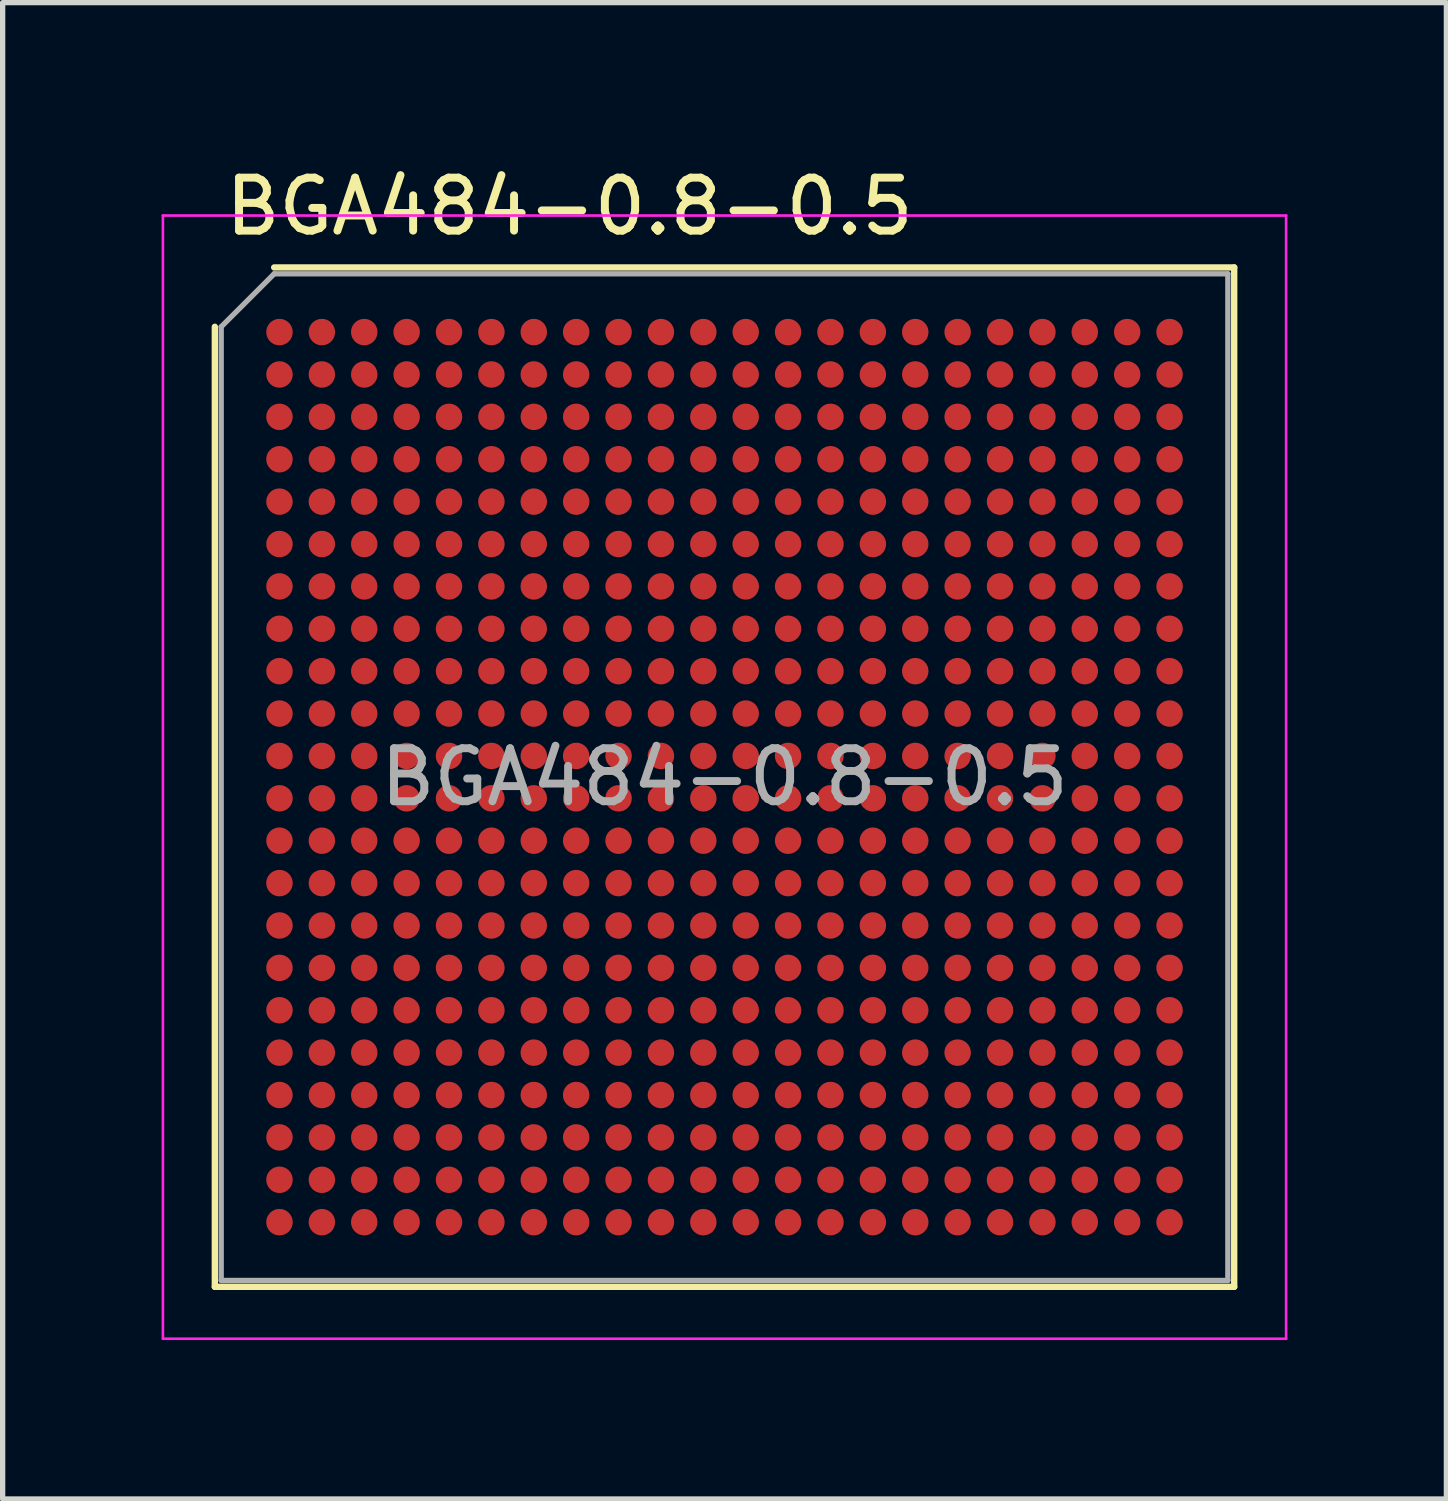
<source format=kicad_pcb>
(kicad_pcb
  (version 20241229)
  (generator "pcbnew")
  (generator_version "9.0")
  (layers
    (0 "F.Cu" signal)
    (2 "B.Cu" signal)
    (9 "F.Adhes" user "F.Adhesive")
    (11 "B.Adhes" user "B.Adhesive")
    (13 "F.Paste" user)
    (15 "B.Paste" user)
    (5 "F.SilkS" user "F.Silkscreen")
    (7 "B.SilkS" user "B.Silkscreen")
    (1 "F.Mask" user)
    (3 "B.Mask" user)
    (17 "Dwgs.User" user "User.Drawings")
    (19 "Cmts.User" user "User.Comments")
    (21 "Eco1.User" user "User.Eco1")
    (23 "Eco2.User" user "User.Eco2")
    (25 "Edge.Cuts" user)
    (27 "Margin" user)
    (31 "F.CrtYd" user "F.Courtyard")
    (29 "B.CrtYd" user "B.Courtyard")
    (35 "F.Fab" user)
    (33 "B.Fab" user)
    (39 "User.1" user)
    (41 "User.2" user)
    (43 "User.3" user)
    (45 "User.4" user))
  (footprint "BGA484-0.8-0.5"
    (layer "F.Cu")
    (at 10.625 11.618)
    (property "Reference" "BGA484-0.8-0.5" (at -9.5 -10.77 0) (layer "F.SilkS") (effects (font (size 1 1) (thickness 0.15)) (justify left)))
    (attr smd)
    (fp_line (start -9.62 -8.5) (end -9.62 9.62) (stroke (width 0.12) (type solid)) (layer "F.SilkS"))
    (fp_line (start -8.5 -9.62) (end 9.62 -9.62) (stroke (width 0.12) (type solid)) (layer "F.SilkS"))
    (fp_line (start 9.62 9.62) (end -9.62 9.62) (stroke (width 0.12) (type solid)) (layer "F.SilkS"))
    (fp_line (start 9.62 9.62) (end 9.62 -9.62) (stroke (width 0.12) (type solid)) (layer "F.SilkS"))
    (fp_line (start -10.6 -10.6) (end -10.6 10.6) (stroke (width 0.05) (type solid)) (layer "F.CrtYd"))
    (fp_line (start -10.6 -10.6) (end 10.6 -10.6) (stroke (width 0.05) (type solid)) (layer "F.CrtYd"))
    (fp_line (start 10.6 10.6) (end -10.6 10.6) (stroke (width 0.05) (type solid)) (layer "F.CrtYd"))
    (fp_line (start 10.6 10.6) (end 10.6 -10.6) (stroke (width 0.05) (type solid)) (layer "F.CrtYd"))
    (fp_line (start -9.5 -8.5) (end -9.5 9.5) (stroke (width 0.1) (type solid)) (layer "F.Fab"))
    (fp_line (start -8.5 -9.5) (end -9.5 -8.5) (stroke (width 0.1) (type solid)) (layer "F.Fab"))
    (fp_line (start -8.5 -9.5) (end 9.5 -9.5) (stroke (width 0.1) (type solid)) (layer "F.Fab"))
    (fp_line (start 9.5 9.5) (end -9.5 9.5) (stroke (width 0.1) (type solid)) (layer "F.Fab"))
    (fp_line (start 9.5 9.5) (end 9.5 -9.5) (stroke (width 0.1) (type solid)) (layer "F.Fab"))
    (fp_text user "${REFERENCE}" (at 0 0 0) (layer "F.Fab") (effects (font (size 1 1) (thickness 0.15))))
    (pad "A1" smd circle (at -8.4 -8.4) (size 0.5 0.5) (layers "F.Cu" "F.Mask" "F.Paste"))
    (pad "A2" smd circle (at -7.6 -8.4) (size 0.5 0.5) (layers "F.Cu" "F.Mask" "F.Paste"))
    (pad "A3" smd circle (at -6.8 -8.4) (size 0.5 0.5) (layers "F.Cu" "F.Mask" "F.Paste"))
    (pad "A4" smd circle (at -6 -8.4) (size 0.5 0.5) (layers "F.Cu" "F.Mask" "F.Paste"))
    (pad "A5" smd circle (at -5.2 -8.4) (size 0.5 0.5) (layers "F.Cu" "F.Mask" "F.Paste"))
    (pad "A6" smd circle (at -4.4 -8.4) (size 0.5 0.5) (layers "F.Cu" "F.Mask" "F.Paste"))
    (pad "A7" smd circle (at -3.6 -8.4) (size 0.5 0.5) (layers "F.Cu" "F.Mask" "F.Paste"))
    (pad "A8" smd circle (at -2.8 -8.4) (size 0.5 0.5) (layers "F.Cu" "F.Mask" "F.Paste"))
    (pad "A9" smd circle (at -2 -8.4) (size 0.5 0.5) (layers "F.Cu" "F.Mask" "F.Paste"))
    (pad "A10" smd circle (at -1.2 -8.4) (size 0.5 0.5) (layers "F.Cu" "F.Mask" "F.Paste"))
    (pad "A11" smd circle (at -0.4 -8.4) (size 0.5 0.5) (layers "F.Cu" "F.Mask" "F.Paste"))
    (pad "A12" smd circle (at 0.4 -8.4) (size 0.5 0.5) (layers "F.Cu" "F.Mask" "F.Paste"))
    (pad "A13" smd circle (at 1.2 -8.4) (size 0.5 0.5) (layers "F.Cu" "F.Mask" "F.Paste"))
    (pad "A14" smd circle (at 2 -8.4) (size 0.5 0.5) (layers "F.Cu" "F.Mask" "F.Paste"))
    (pad "A15" smd circle (at 2.8 -8.4) (size 0.5 0.5) (layers "F.Cu" "F.Mask" "F.Paste"))
    (pad "A16" smd circle (at 3.6 -8.4) (size 0.5 0.5) (layers "F.Cu" "F.Mask" "F.Paste"))
    (pad "A17" smd circle (at 4.4 -8.4) (size 0.5 0.5) (layers "F.Cu" "F.Mask" "F.Paste"))
    (pad "A18" smd circle (at 5.2 -8.4) (size 0.5 0.5) (layers "F.Cu" "F.Mask" "F.Paste"))
    (pad "A19" smd circle (at 6 -8.4) (size 0.5 0.5) (layers "F.Cu" "F.Mask" "F.Paste"))
    (pad "A20" smd circle (at 6.8 -8.4) (size 0.5 0.5) (layers "F.Cu" "F.Mask" "F.Paste"))
    (pad "A21" smd circle (at 7.6 -8.4) (size 0.5 0.5) (layers "F.Cu" "F.Mask" "F.Paste"))
    (pad "A22" smd circle (at 8.4 -8.4) (size 0.5 0.5) (layers "F.Cu" "F.Mask" "F.Paste"))
    (pad "AA1" smd circle (at -8.4 7.6) (size 0.5 0.5) (layers "F.Cu" "F.Mask" "F.Paste"))
    (pad "AA2" smd circle (at -7.6 7.6) (size 0.5 0.5) (layers "F.Cu" "F.Mask" "F.Paste"))
    (pad "AA3" smd circle (at -6.8 7.6) (size 0.5 0.5) (layers "F.Cu" "F.Mask" "F.Paste"))
    (pad "AA4" smd circle (at -6 7.6) (size 0.5 0.5) (layers "F.Cu" "F.Mask" "F.Paste"))
    (pad "AA5" smd circle (at -5.2 7.6) (size 0.5 0.5) (layers "F.Cu" "F.Mask" "F.Paste"))
    (pad "AA6" smd circle (at -4.4 7.6) (size 0.5 0.5) (layers "F.Cu" "F.Mask" "F.Paste"))
    (pad "AA7" smd circle (at -3.6 7.6) (size 0.5 0.5) (layers "F.Cu" "F.Mask" "F.Paste"))
    (pad "AA8" smd circle (at -2.8 7.6) (size 0.5 0.5) (layers "F.Cu" "F.Mask" "F.Paste"))
    (pad "AA9" smd circle (at -2 7.6) (size 0.5 0.5) (layers "F.Cu" "F.Mask" "F.Paste"))
    (pad "AA10" smd circle (at -1.2 7.6) (size 0.5 0.5) (layers "F.Cu" "F.Mask" "F.Paste"))
    (pad "AA11" smd circle (at -0.4 7.6) (size 0.5 0.5) (layers "F.Cu" "F.Mask" "F.Paste"))
    (pad "AA12" smd circle (at 0.4 7.6) (size 0.5 0.5) (layers "F.Cu" "F.Mask" "F.Paste"))
    (pad "AA13" smd circle (at 1.2 7.6) (size 0.5 0.5) (layers "F.Cu" "F.Mask" "F.Paste"))
    (pad "AA14" smd circle (at 2 7.6) (size 0.5 0.5) (layers "F.Cu" "F.Mask" "F.Paste"))
    (pad "AA15" smd circle (at 2.8 7.6) (size 0.5 0.5) (layers "F.Cu" "F.Mask" "F.Paste"))
    (pad "AA16" smd circle (at 3.6 7.6) (size 0.5 0.5) (layers "F.Cu" "F.Mask" "F.Paste"))
    (pad "AA17" smd circle (at 4.4 7.6) (size 0.5 0.5) (layers "F.Cu" "F.Mask" "F.Paste"))
    (pad "AA18" smd circle (at 5.2 7.6) (size 0.5 0.5) (layers "F.Cu" "F.Mask" "F.Paste"))
    (pad "AA19" smd circle (at 6 7.6) (size 0.5 0.5) (layers "F.Cu" "F.Mask" "F.Paste"))
    (pad "AA20" smd circle (at 6.8 7.6) (size 0.5 0.5) (layers "F.Cu" "F.Mask" "F.Paste"))
    (pad "AA21" smd circle (at 7.6 7.6) (size 0.5 0.5) (layers "F.Cu" "F.Mask" "F.Paste"))
    (pad "AA22" smd circle (at 8.4 7.6) (size 0.5 0.5) (layers "F.Cu" "F.Mask" "F.Paste"))
    (pad "AB1" smd circle (at -8.4 8.4) (size 0.5 0.5) (layers "F.Cu" "F.Mask" "F.Paste"))
    (pad "AB2" smd circle (at -7.6 8.4) (size 0.5 0.5) (layers "F.Cu" "F.Mask" "F.Paste"))
    (pad "AB3" smd circle (at -6.8 8.4) (size 0.5 0.5) (layers "F.Cu" "F.Mask" "F.Paste"))
    (pad "AB4" smd circle (at -6 8.4) (size 0.5 0.5) (layers "F.Cu" "F.Mask" "F.Paste"))
    (pad "AB5" smd circle (at -5.2 8.4) (size 0.5 0.5) (layers "F.Cu" "F.Mask" "F.Paste"))
    (pad "AB6" smd circle (at -4.4 8.4) (size 0.5 0.5) (layers "F.Cu" "F.Mask" "F.Paste"))
    (pad "AB7" smd circle (at -3.6 8.4) (size 0.5 0.5) (layers "F.Cu" "F.Mask" "F.Paste"))
    (pad "AB8" smd circle (at -2.8 8.4) (size 0.5 0.5) (layers "F.Cu" "F.Mask" "F.Paste"))
    (pad "AB9" smd circle (at -2 8.4) (size 0.5 0.5) (layers "F.Cu" "F.Mask" "F.Paste"))
    (pad "AB10" smd circle (at -1.2 8.4) (size 0.5 0.5) (layers "F.Cu" "F.Mask" "F.Paste"))
    (pad "AB11" smd circle (at -0.4 8.4) (size 0.5 0.5) (layers "F.Cu" "F.Mask" "F.Paste"))
    (pad "AB12" smd circle (at 0.4 8.4) (size 0.5 0.5) (layers "F.Cu" "F.Mask" "F.Paste"))
    (pad "AB13" smd circle (at 1.2 8.4) (size 0.5 0.5) (layers "F.Cu" "F.Mask" "F.Paste"))
    (pad "AB14" smd circle (at 2 8.4) (size 0.5 0.5) (layers "F.Cu" "F.Mask" "F.Paste"))
    (pad "AB15" smd circle (at 2.8 8.4) (size 0.5 0.5) (layers "F.Cu" "F.Mask" "F.Paste"))
    (pad "AB16" smd circle (at 3.6 8.4) (size 0.5 0.5) (layers "F.Cu" "F.Mask" "F.Paste"))
    (pad "AB17" smd circle (at 4.4 8.4) (size 0.5 0.5) (layers "F.Cu" "F.Mask" "F.Paste"))
    (pad "AB18" smd circle (at 5.2 8.4) (size 0.5 0.5) (layers "F.Cu" "F.Mask" "F.Paste"))
    (pad "AB19" smd circle (at 6 8.4) (size 0.5 0.5) (layers "F.Cu" "F.Mask" "F.Paste"))
    (pad "AB20" smd circle (at 6.8 8.4) (size 0.5 0.5) (layers "F.Cu" "F.Mask" "F.Paste"))
    (pad "AB21" smd circle (at 7.6 8.4) (size 0.5 0.5) (layers "F.Cu" "F.Mask" "F.Paste"))
    (pad "AB22" smd circle (at 8.4 8.4) (size 0.5 0.5) (layers "F.Cu" "F.Mask" "F.Paste"))
    (pad "B1" smd circle (at -8.4 -7.6) (size 0.5 0.5) (layers "F.Cu" "F.Mask" "F.Paste"))
    (pad "B2" smd circle (at -7.6 -7.6) (size 0.5 0.5) (layers "F.Cu" "F.Mask" "F.Paste"))
    (pad "B3" smd circle (at -6.8 -7.6) (size 0.5 0.5) (layers "F.Cu" "F.Mask" "F.Paste"))
    (pad "B4" smd circle (at -6 -7.6) (size 0.5 0.5) (layers "F.Cu" "F.Mask" "F.Paste"))
    (pad "B5" smd circle (at -5.2 -7.6) (size 0.5 0.5) (layers "F.Cu" "F.Mask" "F.Paste"))
    (pad "B6" smd circle (at -4.4 -7.6) (size 0.5 0.5) (layers "F.Cu" "F.Mask" "F.Paste"))
    (pad "B7" smd circle (at -3.6 -7.6) (size 0.5 0.5) (layers "F.Cu" "F.Mask" "F.Paste"))
    (pad "B8" smd circle (at -2.8 -7.6) (size 0.5 0.5) (layers "F.Cu" "F.Mask" "F.Paste"))
    (pad "B9" smd circle (at -2 -7.6) (size 0.5 0.5) (layers "F.Cu" "F.Mask" "F.Paste"))
    (pad "B10" smd circle (at -1.2 -7.6) (size 0.5 0.5) (layers "F.Cu" "F.Mask" "F.Paste"))
    (pad "B11" smd circle (at -0.4 -7.6) (size 0.5 0.5) (layers "F.Cu" "F.Mask" "F.Paste"))
    (pad "B12" smd circle (at 0.4 -7.6) (size 0.5 0.5) (layers "F.Cu" "F.Mask" "F.Paste"))
    (pad "B13" smd circle (at 1.2 -7.6) (size 0.5 0.5) (layers "F.Cu" "F.Mask" "F.Paste"))
    (pad "B14" smd circle (at 2 -7.6) (size 0.5 0.5) (layers "F.Cu" "F.Mask" "F.Paste"))
    (pad "B15" smd circle (at 2.8 -7.6) (size 0.5 0.5) (layers "F.Cu" "F.Mask" "F.Paste"))
    (pad "B16" smd circle (at 3.6 -7.6) (size 0.5 0.5) (layers "F.Cu" "F.Mask" "F.Paste"))
    (pad "B17" smd circle (at 4.4 -7.6) (size 0.5 0.5) (layers "F.Cu" "F.Mask" "F.Paste"))
    (pad "B18" smd circle (at 5.2 -7.6) (size 0.5 0.5) (layers "F.Cu" "F.Mask" "F.Paste"))
    (pad "B19" smd circle (at 6 -7.6) (size 0.5 0.5) (layers "F.Cu" "F.Mask" "F.Paste"))
    (pad "B20" smd circle (at 6.8 -7.6) (size 0.5 0.5) (layers "F.Cu" "F.Mask" "F.Paste"))
    (pad "B21" smd circle (at 7.6 -7.6) (size 0.5 0.5) (layers "F.Cu" "F.Mask" "F.Paste"))
    (pad "B22" smd circle (at 8.4 -7.6) (size 0.5 0.5) (layers "F.Cu" "F.Mask" "F.Paste"))
    (pad "C1" smd circle (at -8.4 -6.8) (size 0.5 0.5) (layers "F.Cu" "F.Mask" "F.Paste"))
    (pad "C2" smd circle (at -7.6 -6.8) (size 0.5 0.5) (layers "F.Cu" "F.Mask" "F.Paste"))
    (pad "C3" smd circle (at -6.8 -6.8) (size 0.5 0.5) (layers "F.Cu" "F.Mask" "F.Paste"))
    (pad "C4" smd circle (at -6 -6.8) (size 0.5 0.5) (layers "F.Cu" "F.Mask" "F.Paste"))
    (pad "C5" smd circle (at -5.2 -6.8) (size 0.5 0.5) (layers "F.Cu" "F.Mask" "F.Paste"))
    (pad "C6" smd circle (at -4.4 -6.8) (size 0.5 0.5) (layers "F.Cu" "F.Mask" "F.Paste"))
    (pad "C7" smd circle (at -3.6 -6.8) (size 0.5 0.5) (layers "F.Cu" "F.Mask" "F.Paste"))
    (pad "C8" smd circle (at -2.8 -6.8) (size 0.5 0.5) (layers "F.Cu" "F.Mask" "F.Paste"))
    (pad "C9" smd circle (at -2 -6.8) (size 0.5 0.5) (layers "F.Cu" "F.Mask" "F.Paste"))
    (pad "C10" smd circle (at -1.2 -6.8) (size 0.5 0.5) (layers "F.Cu" "F.Mask" "F.Paste"))
    (pad "C11" smd circle (at -0.4 -6.8) (size 0.5 0.5) (layers "F.Cu" "F.Mask" "F.Paste"))
    (pad "C12" smd circle (at 0.4 -6.8) (size 0.5 0.5) (layers "F.Cu" "F.Mask" "F.Paste"))
    (pad "C13" smd circle (at 1.2 -6.8) (size 0.5 0.5) (layers "F.Cu" "F.Mask" "F.Paste"))
    (pad "C14" smd circle (at 2 -6.8) (size 0.5 0.5) (layers "F.Cu" "F.Mask" "F.Paste"))
    (pad "C15" smd circle (at 2.8 -6.8) (size 0.5 0.5) (layers "F.Cu" "F.Mask" "F.Paste"))
    (pad "C16" smd circle (at 3.6 -6.8) (size 0.5 0.5) (layers "F.Cu" "F.Mask" "F.Paste"))
    (pad "C17" smd circle (at 4.4 -6.8) (size 0.5 0.5) (layers "F.Cu" "F.Mask" "F.Paste"))
    (pad "C18" smd circle (at 5.2 -6.8) (size 0.5 0.5) (layers "F.Cu" "F.Mask" "F.Paste"))
    (pad "C19" smd circle (at 6 -6.8) (size 0.5 0.5) (layers "F.Cu" "F.Mask" "F.Paste"))
    (pad "C20" smd circle (at 6.8 -6.8) (size 0.5 0.5) (layers "F.Cu" "F.Mask" "F.Paste"))
    (pad "C21" smd circle (at 7.6 -6.8) (size 0.5 0.5) (layers "F.Cu" "F.Mask" "F.Paste"))
    (pad "C22" smd circle (at 8.4 -6.8) (size 0.5 0.5) (layers "F.Cu" "F.Mask" "F.Paste"))
    (pad "D1" smd circle (at -8.4 -6) (size 0.5 0.5) (layers "F.Cu" "F.Mask" "F.Paste"))
    (pad "D2" smd circle (at -7.6 -6) (size 0.5 0.5) (layers "F.Cu" "F.Mask" "F.Paste"))
    (pad "D3" smd circle (at -6.8 -6) (size 0.5 0.5) (layers "F.Cu" "F.Mask" "F.Paste"))
    (pad "D4" smd circle (at -6 -6) (size 0.5 0.5) (layers "F.Cu" "F.Mask" "F.Paste"))
    (pad "D5" smd circle (at -5.2 -6) (size 0.5 0.5) (layers "F.Cu" "F.Mask" "F.Paste"))
    (pad "D6" smd circle (at -4.4 -6) (size 0.5 0.5) (layers "F.Cu" "F.Mask" "F.Paste"))
    (pad "D7" smd circle (at -3.6 -6) (size 0.5 0.5) (layers "F.Cu" "F.Mask" "F.Paste"))
    (pad "D8" smd circle (at -2.8 -6) (size 0.5 0.5) (layers "F.Cu" "F.Mask" "F.Paste"))
    (pad "D9" smd circle (at -2 -6) (size 0.5 0.5) (layers "F.Cu" "F.Mask" "F.Paste"))
    (pad "D10" smd circle (at -1.2 -6) (size 0.5 0.5) (layers "F.Cu" "F.Mask" "F.Paste"))
    (pad "D11" smd circle (at -0.4 -6) (size 0.5 0.5) (layers "F.Cu" "F.Mask" "F.Paste"))
    (pad "D12" smd circle (at 0.4 -6) (size 0.5 0.5) (layers "F.Cu" "F.Mask" "F.Paste"))
    (pad "D13" smd circle (at 1.2 -6) (size 0.5 0.5) (layers "F.Cu" "F.Mask" "F.Paste"))
    (pad "D14" smd circle (at 2 -6) (size 0.5 0.5) (layers "F.Cu" "F.Mask" "F.Paste"))
    (pad "D15" smd circle (at 2.8 -6) (size 0.5 0.5) (layers "F.Cu" "F.Mask" "F.Paste"))
    (pad "D16" smd circle (at 3.6 -6) (size 0.5 0.5) (layers "F.Cu" "F.Mask" "F.Paste"))
    (pad "D17" smd circle (at 4.4 -6) (size 0.5 0.5) (layers "F.Cu" "F.Mask" "F.Paste"))
    (pad "D18" smd circle (at 5.2 -6) (size 0.5 0.5) (layers "F.Cu" "F.Mask" "F.Paste"))
    (pad "D19" smd circle (at 6 -6) (size 0.5 0.5) (layers "F.Cu" "F.Mask" "F.Paste"))
    (pad "D20" smd circle (at 6.8 -6) (size 0.5 0.5) (layers "F.Cu" "F.Mask" "F.Paste"))
    (pad "D21" smd circle (at 7.6 -6) (size 0.5 0.5) (layers "F.Cu" "F.Mask" "F.Paste"))
    (pad "D22" smd circle (at 8.4 -6) (size 0.5 0.5) (layers "F.Cu" "F.Mask" "F.Paste"))
    (pad "E1" smd circle (at -8.4 -5.2) (size 0.5 0.5) (layers "F.Cu" "F.Mask" "F.Paste"))
    (pad "E2" smd circle (at -7.6 -5.2) (size 0.5 0.5) (layers "F.Cu" "F.Mask" "F.Paste"))
    (pad "E3" smd circle (at -6.8 -5.2) (size 0.5 0.5) (layers "F.Cu" "F.Mask" "F.Paste"))
    (pad "E4" smd circle (at -6 -5.2) (size 0.5 0.5) (layers "F.Cu" "F.Mask" "F.Paste"))
    (pad "E5" smd circle (at -5.2 -5.2) (size 0.5 0.5) (layers "F.Cu" "F.Mask" "F.Paste"))
    (pad "E6" smd circle (at -4.4 -5.2) (size 0.5 0.5) (layers "F.Cu" "F.Mask" "F.Paste"))
    (pad "E7" smd circle (at -3.6 -5.2) (size 0.5 0.5) (layers "F.Cu" "F.Mask" "F.Paste"))
    (pad "E8" smd circle (at -2.8 -5.2) (size 0.5 0.5) (layers "F.Cu" "F.Mask" "F.Paste"))
    (pad "E9" smd circle (at -2 -5.2) (size 0.5 0.5) (layers "F.Cu" "F.Mask" "F.Paste"))
    (pad "E10" smd circle (at -1.2 -5.2) (size 0.5 0.5) (layers "F.Cu" "F.Mask" "F.Paste"))
    (pad "E11" smd circle (at -0.4 -5.2) (size 0.5 0.5) (layers "F.Cu" "F.Mask" "F.Paste"))
    (pad "E12" smd circle (at 0.4 -5.2) (size 0.5 0.5) (layers "F.Cu" "F.Mask" "F.Paste"))
    (pad "E13" smd circle (at 1.2 -5.2) (size 0.5 0.5) (layers "F.Cu" "F.Mask" "F.Paste"))
    (pad "E14" smd circle (at 2 -5.2) (size 0.5 0.5) (layers "F.Cu" "F.Mask" "F.Paste"))
    (pad "E15" smd circle (at 2.8 -5.2) (size 0.5 0.5) (layers "F.Cu" "F.Mask" "F.Paste"))
    (pad "E16" smd circle (at 3.6 -5.2) (size 0.5 0.5) (layers "F.Cu" "F.Mask" "F.Paste"))
    (pad "E17" smd circle (at 4.4 -5.2) (size 0.5 0.5) (layers "F.Cu" "F.Mask" "F.Paste"))
    (pad "E18" smd circle (at 5.2 -5.2) (size 0.5 0.5) (layers "F.Cu" "F.Mask" "F.Paste"))
    (pad "E19" smd circle (at 6 -5.2) (size 0.5 0.5) (layers "F.Cu" "F.Mask" "F.Paste"))
    (pad "E20" smd circle (at 6.8 -5.2) (size 0.5 0.5) (layers "F.Cu" "F.Mask" "F.Paste"))
    (pad "E21" smd circle (at 7.6 -5.2) (size 0.5 0.5) (layers "F.Cu" "F.Mask" "F.Paste"))
    (pad "E22" smd circle (at 8.4 -5.2) (size 0.5 0.5) (layers "F.Cu" "F.Mask" "F.Paste"))
    (pad "F1" smd circle (at -8.4 -4.4) (size 0.5 0.5) (layers "F.Cu" "F.Mask" "F.Paste"))
    (pad "F2" smd circle (at -7.6 -4.4) (size 0.5 0.5) (layers "F.Cu" "F.Mask" "F.Paste"))
    (pad "F3" smd circle (at -6.8 -4.4) (size 0.5 0.5) (layers "F.Cu" "F.Mask" "F.Paste"))
    (pad "F4" smd circle (at -6 -4.4) (size 0.5 0.5) (layers "F.Cu" "F.Mask" "F.Paste"))
    (pad "F5" smd circle (at -5.2 -4.4) (size 0.5 0.5) (layers "F.Cu" "F.Mask" "F.Paste"))
    (pad "F6" smd circle (at -4.4 -4.4) (size 0.5 0.5) (layers "F.Cu" "F.Mask" "F.Paste"))
    (pad "F7" smd circle (at -3.6 -4.4) (size 0.5 0.5) (layers "F.Cu" "F.Mask" "F.Paste"))
    (pad "F8" smd circle (at -2.8 -4.4) (size 0.5 0.5) (layers "F.Cu" "F.Mask" "F.Paste"))
    (pad "F9" smd circle (at -2 -4.4) (size 0.5 0.5) (layers "F.Cu" "F.Mask" "F.Paste"))
    (pad "F10" smd circle (at -1.2 -4.4) (size 0.5 0.5) (layers "F.Cu" "F.Mask" "F.Paste"))
    (pad "F11" smd circle (at -0.4 -4.4) (size 0.5 0.5) (layers "F.Cu" "F.Mask" "F.Paste"))
    (pad "F12" smd circle (at 0.4 -4.4) (size 0.5 0.5) (layers "F.Cu" "F.Mask" "F.Paste"))
    (pad "F13" smd circle (at 1.2 -4.4) (size 0.5 0.5) (layers "F.Cu" "F.Mask" "F.Paste"))
    (pad "F14" smd circle (at 2 -4.4) (size 0.5 0.5) (layers "F.Cu" "F.Mask" "F.Paste"))
    (pad "F15" smd circle (at 2.8 -4.4) (size 0.5 0.5) (layers "F.Cu" "F.Mask" "F.Paste"))
    (pad "F16" smd circle (at 3.6 -4.4) (size 0.5 0.5) (layers "F.Cu" "F.Mask" "F.Paste"))
    (pad "F17" smd circle (at 4.4 -4.4) (size 0.5 0.5) (layers "F.Cu" "F.Mask" "F.Paste"))
    (pad "F18" smd circle (at 5.2 -4.4) (size 0.5 0.5) (layers "F.Cu" "F.Mask" "F.Paste"))
    (pad "F19" smd circle (at 6 -4.4) (size 0.5 0.5) (layers "F.Cu" "F.Mask" "F.Paste"))
    (pad "F20" smd circle (at 6.8 -4.4) (size 0.5 0.5) (layers "F.Cu" "F.Mask" "F.Paste"))
    (pad "F21" smd circle (at 7.6 -4.4) (size 0.5 0.5) (layers "F.Cu" "F.Mask" "F.Paste"))
    (pad "F22" smd circle (at 8.4 -4.4) (size 0.5 0.5) (layers "F.Cu" "F.Mask" "F.Paste"))
    (pad "G1" smd circle (at -8.4 -3.6) (size 0.5 0.5) (layers "F.Cu" "F.Mask" "F.Paste"))
    (pad "G2" smd circle (at -7.6 -3.6) (size 0.5 0.5) (layers "F.Cu" "F.Mask" "F.Paste"))
    (pad "G3" smd circle (at -6.8 -3.6) (size 0.5 0.5) (layers "F.Cu" "F.Mask" "F.Paste"))
    (pad "G4" smd circle (at -6 -3.6) (size 0.5 0.5) (layers "F.Cu" "F.Mask" "F.Paste"))
    (pad "G5" smd circle (at -5.2 -3.6) (size 0.5 0.5) (layers "F.Cu" "F.Mask" "F.Paste"))
    (pad "G6" smd circle (at -4.4 -3.6) (size 0.5 0.5) (layers "F.Cu" "F.Mask" "F.Paste"))
    (pad "G7" smd circle (at -3.6 -3.6) (size 0.5 0.5) (layers "F.Cu" "F.Mask" "F.Paste"))
    (pad "G8" smd circle (at -2.8 -3.6) (size 0.5 0.5) (layers "F.Cu" "F.Mask" "F.Paste"))
    (pad "G9" smd circle (at -2 -3.6) (size 0.5 0.5) (layers "F.Cu" "F.Mask" "F.Paste"))
    (pad "G10" smd circle (at -1.2 -3.6) (size 0.5 0.5) (layers "F.Cu" "F.Mask" "F.Paste"))
    (pad "G11" smd circle (at -0.4 -3.6) (size 0.5 0.5) (layers "F.Cu" "F.Mask" "F.Paste"))
    (pad "G12" smd circle (at 0.4 -3.6) (size 0.5 0.5) (layers "F.Cu" "F.Mask" "F.Paste"))
    (pad "G13" smd circle (at 1.2 -3.6) (size 0.5 0.5) (layers "F.Cu" "F.Mask" "F.Paste"))
    (pad "G14" smd circle (at 2 -3.6) (size 0.5 0.5) (layers "F.Cu" "F.Mask" "F.Paste"))
    (pad "G15" smd circle (at 2.8 -3.6) (size 0.5 0.5) (layers "F.Cu" "F.Mask" "F.Paste"))
    (pad "G16" smd circle (at 3.6 -3.6) (size 0.5 0.5) (layers "F.Cu" "F.Mask" "F.Paste"))
    (pad "G17" smd circle (at 4.4 -3.6) (size 0.5 0.5) (layers "F.Cu" "F.Mask" "F.Paste"))
    (pad "G18" smd circle (at 5.2 -3.6) (size 0.5 0.5) (layers "F.Cu" "F.Mask" "F.Paste"))
    (pad "G19" smd circle (at 6 -3.6) (size 0.5 0.5) (layers "F.Cu" "F.Mask" "F.Paste"))
    (pad "G20" smd circle (at 6.8 -3.6) (size 0.5 0.5) (layers "F.Cu" "F.Mask" "F.Paste"))
    (pad "G21" smd circle (at 7.6 -3.6) (size 0.5 0.5) (layers "F.Cu" "F.Mask" "F.Paste"))
    (pad "G22" smd circle (at 8.4 -3.6) (size 0.5 0.5) (layers "F.Cu" "F.Mask" "F.Paste"))
    (pad "H1" smd circle (at -8.4 -2.8) (size 0.5 0.5) (layers "F.Cu" "F.Mask" "F.Paste"))
    (pad "H2" smd circle (at -7.6 -2.8) (size 0.5 0.5) (layers "F.Cu" "F.Mask" "F.Paste"))
    (pad "H3" smd circle (at -6.8 -2.8) (size 0.5 0.5) (layers "F.Cu" "F.Mask" "F.Paste"))
    (pad "H4" smd circle (at -6 -2.8) (size 0.5 0.5) (layers "F.Cu" "F.Mask" "F.Paste"))
    (pad "H5" smd circle (at -5.2 -2.8) (size 0.5 0.5) (layers "F.Cu" "F.Mask" "F.Paste"))
    (pad "H6" smd circle (at -4.4 -2.8) (size 0.5 0.5) (layers "F.Cu" "F.Mask" "F.Paste"))
    (pad "H7" smd circle (at -3.6 -2.8) (size 0.5 0.5) (layers "F.Cu" "F.Mask" "F.Paste"))
    (pad "H8" smd circle (at -2.8 -2.8) (size 0.5 0.5) (layers "F.Cu" "F.Mask" "F.Paste"))
    (pad "H9" smd circle (at -2 -2.8) (size 0.5 0.5) (layers "F.Cu" "F.Mask" "F.Paste"))
    (pad "H10" smd circle (at -1.2 -2.8) (size 0.5 0.5) (layers "F.Cu" "F.Mask" "F.Paste"))
    (pad "H11" smd circle (at -0.4 -2.8) (size 0.5 0.5) (layers "F.Cu" "F.Mask" "F.Paste"))
    (pad "H12" smd circle (at 0.4 -2.8) (size 0.5 0.5) (layers "F.Cu" "F.Mask" "F.Paste"))
    (pad "H13" smd circle (at 1.2 -2.8) (size 0.5 0.5) (layers "F.Cu" "F.Mask" "F.Paste"))
    (pad "H14" smd circle (at 2 -2.8) (size 0.5 0.5) (layers "F.Cu" "F.Mask" "F.Paste"))
    (pad "H15" smd circle (at 2.8 -2.8) (size 0.5 0.5) (layers "F.Cu" "F.Mask" "F.Paste"))
    (pad "H16" smd circle (at 3.6 -2.8) (size 0.5 0.5) (layers "F.Cu" "F.Mask" "F.Paste"))
    (pad "H17" smd circle (at 4.4 -2.8) (size 0.5 0.5) (layers "F.Cu" "F.Mask" "F.Paste"))
    (pad "H18" smd circle (at 5.2 -2.8) (size 0.5 0.5) (layers "F.Cu" "F.Mask" "F.Paste"))
    (pad "H19" smd circle (at 6 -2.8) (size 0.5 0.5) (layers "F.Cu" "F.Mask" "F.Paste"))
    (pad "H20" smd circle (at 6.8 -2.8) (size 0.5 0.5) (layers "F.Cu" "F.Mask" "F.Paste"))
    (pad "H21" smd circle (at 7.6 -2.8) (size 0.5 0.5) (layers "F.Cu" "F.Mask" "F.Paste"))
    (pad "H22" smd circle (at 8.4 -2.8) (size 0.5 0.5) (layers "F.Cu" "F.Mask" "F.Paste"))
    (pad "J1" smd circle (at -8.4 -2) (size 0.5 0.5) (layers "F.Cu" "F.Mask" "F.Paste"))
    (pad "J2" smd circle (at -7.6 -2) (size 0.5 0.5) (layers "F.Cu" "F.Mask" "F.Paste"))
    (pad "J3" smd circle (at -6.8 -2) (size 0.5 0.5) (layers "F.Cu" "F.Mask" "F.Paste"))
    (pad "J4" smd circle (at -6 -2) (size 0.5 0.5) (layers "F.Cu" "F.Mask" "F.Paste"))
    (pad "J5" smd circle (at -5.2 -2) (size 0.5 0.5) (layers "F.Cu" "F.Mask" "F.Paste"))
    (pad "J6" smd circle (at -4.4 -2) (size 0.5 0.5) (layers "F.Cu" "F.Mask" "F.Paste"))
    (pad "J7" smd circle (at -3.6 -2) (size 0.5 0.5) (layers "F.Cu" "F.Mask" "F.Paste"))
    (pad "J8" smd circle (at -2.8 -2) (size 0.5 0.5) (layers "F.Cu" "F.Mask" "F.Paste"))
    (pad "J9" smd circle (at -2 -2) (size 0.5 0.5) (layers "F.Cu" "F.Mask" "F.Paste"))
    (pad "J10" smd circle (at -1.2 -2) (size 0.5 0.5) (layers "F.Cu" "F.Mask" "F.Paste"))
    (pad "J11" smd circle (at -0.4 -2) (size 0.5 0.5) (layers "F.Cu" "F.Mask" "F.Paste"))
    (pad "J12" smd circle (at 0.4 -2) (size 0.5 0.5) (layers "F.Cu" "F.Mask" "F.Paste"))
    (pad "J13" smd circle (at 1.2 -2) (size 0.5 0.5) (layers "F.Cu" "F.Mask" "F.Paste"))
    (pad "J14" smd circle (at 2 -2) (size 0.5 0.5) (layers "F.Cu" "F.Mask" "F.Paste"))
    (pad "J15" smd circle (at 2.8 -2) (size 0.5 0.5) (layers "F.Cu" "F.Mask" "F.Paste"))
    (pad "J16" smd circle (at 3.6 -2) (size 0.5 0.5) (layers "F.Cu" "F.Mask" "F.Paste"))
    (pad "J17" smd circle (at 4.4 -2) (size 0.5 0.5) (layers "F.Cu" "F.Mask" "F.Paste"))
    (pad "J18" smd circle (at 5.2 -2) (size 0.5 0.5) (layers "F.Cu" "F.Mask" "F.Paste"))
    (pad "J19" smd circle (at 6 -2) (size 0.5 0.5) (layers "F.Cu" "F.Mask" "F.Paste"))
    (pad "J20" smd circle (at 6.8 -2) (size 0.5 0.5) (layers "F.Cu" "F.Mask" "F.Paste"))
    (pad "J21" smd circle (at 7.6 -2) (size 0.5 0.5) (layers "F.Cu" "F.Mask" "F.Paste"))
    (pad "J22" smd circle (at 8.4 -2) (size 0.5 0.5) (layers "F.Cu" "F.Mask" "F.Paste"))
    (pad "K1" smd circle (at -8.4 -1.2) (size 0.5 0.5) (layers "F.Cu" "F.Mask" "F.Paste"))
    (pad "K2" smd circle (at -7.6 -1.2) (size 0.5 0.5) (layers "F.Cu" "F.Mask" "F.Paste"))
    (pad "K3" smd circle (at -6.8 -1.2) (size 0.5 0.5) (layers "F.Cu" "F.Mask" "F.Paste"))
    (pad "K4" smd circle (at -6 -1.2) (size 0.5 0.5) (layers "F.Cu" "F.Mask" "F.Paste"))
    (pad "K5" smd circle (at -5.2 -1.2) (size 0.5 0.5) (layers "F.Cu" "F.Mask" "F.Paste"))
    (pad "K6" smd circle (at -4.4 -1.2) (size 0.5 0.5) (layers "F.Cu" "F.Mask" "F.Paste"))
    (pad "K7" smd circle (at -3.6 -1.2) (size 0.5 0.5) (layers "F.Cu" "F.Mask" "F.Paste"))
    (pad "K8" smd circle (at -2.8 -1.2) (size 0.5 0.5) (layers "F.Cu" "F.Mask" "F.Paste"))
    (pad "K9" smd circle (at -2 -1.2) (size 0.5 0.5) (layers "F.Cu" "F.Mask" "F.Paste"))
    (pad "K10" smd circle (at -1.2 -1.2) (size 0.5 0.5) (layers "F.Cu" "F.Mask" "F.Paste"))
    (pad "K11" smd circle (at -0.4 -1.2) (size 0.5 0.5) (layers "F.Cu" "F.Mask" "F.Paste"))
    (pad "K12" smd circle (at 0.4 -1.2) (size 0.5 0.5) (layers "F.Cu" "F.Mask" "F.Paste"))
    (pad "K13" smd circle (at 1.2 -1.2) (size 0.5 0.5) (layers "F.Cu" "F.Mask" "F.Paste"))
    (pad "K14" smd circle (at 2 -1.2) (size 0.5 0.5) (layers "F.Cu" "F.Mask" "F.Paste"))
    (pad "K15" smd circle (at 2.8 -1.2) (size 0.5 0.5) (layers "F.Cu" "F.Mask" "F.Paste"))
    (pad "K16" smd circle (at 3.6 -1.2) (size 0.5 0.5) (layers "F.Cu" "F.Mask" "F.Paste"))
    (pad "K17" smd circle (at 4.4 -1.2) (size 0.5 0.5) (layers "F.Cu" "F.Mask" "F.Paste"))
    (pad "K18" smd circle (at 5.2 -1.2) (size 0.5 0.5) (layers "F.Cu" "F.Mask" "F.Paste"))
    (pad "K19" smd circle (at 6 -1.2) (size 0.5 0.5) (layers "F.Cu" "F.Mask" "F.Paste"))
    (pad "K20" smd circle (at 6.8 -1.2) (size 0.5 0.5) (layers "F.Cu" "F.Mask" "F.Paste"))
    (pad "K21" smd circle (at 7.6 -1.2) (size 0.5 0.5) (layers "F.Cu" "F.Mask" "F.Paste"))
    (pad "K22" smd circle (at 8.4 -1.2) (size 0.5 0.5) (layers "F.Cu" "F.Mask" "F.Paste"))
    (pad "L1" smd circle (at -8.4 -0.4) (size 0.5 0.5) (layers "F.Cu" "F.Mask" "F.Paste"))
    (pad "L2" smd circle (at -7.6 -0.4) (size 0.5 0.5) (layers "F.Cu" "F.Mask" "F.Paste"))
    (pad "L3" smd circle (at -6.8 -0.4) (size 0.5 0.5) (layers "F.Cu" "F.Mask" "F.Paste"))
    (pad "L4" smd circle (at -6 -0.4) (size 0.5 0.5) (layers "F.Cu" "F.Mask" "F.Paste"))
    (pad "L5" smd circle (at -5.2 -0.4) (size 0.5 0.5) (layers "F.Cu" "F.Mask" "F.Paste"))
    (pad "L6" smd circle (at -4.4 -0.4) (size 0.5 0.5) (layers "F.Cu" "F.Mask" "F.Paste"))
    (pad "L7" smd circle (at -3.6 -0.4) (size 0.5 0.5) (layers "F.Cu" "F.Mask" "F.Paste"))
    (pad "L8" smd circle (at -2.8 -0.4) (size 0.5 0.5) (layers "F.Cu" "F.Mask" "F.Paste"))
    (pad "L9" smd circle (at -2 -0.4) (size 0.5 0.5) (layers "F.Cu" "F.Mask" "F.Paste"))
    (pad "L10" smd circle (at -1.2 -0.4) (size 0.5 0.5) (layers "F.Cu" "F.Mask" "F.Paste"))
    (pad "L11" smd circle (at -0.4 -0.4) (size 0.5 0.5) (layers "F.Cu" "F.Mask" "F.Paste"))
    (pad "L12" smd circle (at 0.4 -0.4) (size 0.5 0.5) (layers "F.Cu" "F.Mask" "F.Paste"))
    (pad "L13" smd circle (at 1.2 -0.4) (size 0.5 0.5) (layers "F.Cu" "F.Mask" "F.Paste"))
    (pad "L14" smd circle (at 2 -0.4) (size 0.5 0.5) (layers "F.Cu" "F.Mask" "F.Paste"))
    (pad "L15" smd circle (at 2.8 -0.4) (size 0.5 0.5) (layers "F.Cu" "F.Mask" "F.Paste"))
    (pad "L16" smd circle (at 3.6 -0.4) (size 0.5 0.5) (layers "F.Cu" "F.Mask" "F.Paste"))
    (pad "L17" smd circle (at 4.4 -0.4) (size 0.5 0.5) (layers "F.Cu" "F.Mask" "F.Paste"))
    (pad "L18" smd circle (at 5.2 -0.4) (size 0.5 0.5) (layers "F.Cu" "F.Mask" "F.Paste"))
    (pad "L19" smd circle (at 6 -0.4) (size 0.5 0.5) (layers "F.Cu" "F.Mask" "F.Paste"))
    (pad "L20" smd circle (at 6.8 -0.4) (size 0.5 0.5) (layers "F.Cu" "F.Mask" "F.Paste"))
    (pad "L21" smd circle (at 7.6 -0.4) (size 0.5 0.5) (layers "F.Cu" "F.Mask" "F.Paste"))
    (pad "L22" smd circle (at 8.4 -0.4) (size 0.5 0.5) (layers "F.Cu" "F.Mask" "F.Paste"))
    (pad "M1" smd circle (at -8.4 0.4) (size 0.5 0.5) (layers "F.Cu" "F.Mask" "F.Paste"))
    (pad "M2" smd circle (at -7.6 0.4) (size 0.5 0.5) (layers "F.Cu" "F.Mask" "F.Paste"))
    (pad "M3" smd circle (at -6.8 0.4) (size 0.5 0.5) (layers "F.Cu" "F.Mask" "F.Paste"))
    (pad "M4" smd circle (at -6 0.4) (size 0.5 0.5) (layers "F.Cu" "F.Mask" "F.Paste"))
    (pad "M5" smd circle (at -5.2 0.4) (size 0.5 0.5) (layers "F.Cu" "F.Mask" "F.Paste"))
    (pad "M6" smd circle (at -4.4 0.4) (size 0.5 0.5) (layers "F.Cu" "F.Mask" "F.Paste"))
    (pad "M7" smd circle (at -3.6 0.4) (size 0.5 0.5) (layers "F.Cu" "F.Mask" "F.Paste"))
    (pad "M8" smd circle (at -2.8 0.4) (size 0.5 0.5) (layers "F.Cu" "F.Mask" "F.Paste"))
    (pad "M9" smd circle (at -2 0.4) (size 0.5 0.5) (layers "F.Cu" "F.Mask" "F.Paste"))
    (pad "M10" smd circle (at -1.2 0.4) (size 0.5 0.5) (layers "F.Cu" "F.Mask" "F.Paste"))
    (pad "M11" smd circle (at -0.4 0.4) (size 0.5 0.5) (layers "F.Cu" "F.Mask" "F.Paste"))
    (pad "M12" smd circle (at 0.4 0.4) (size 0.5 0.5) (layers "F.Cu" "F.Mask" "F.Paste"))
    (pad "M13" smd circle (at 1.2 0.4) (size 0.5 0.5) (layers "F.Cu" "F.Mask" "F.Paste"))
    (pad "M14" smd circle (at 2 0.4) (size 0.5 0.5) (layers "F.Cu" "F.Mask" "F.Paste"))
    (pad "M15" smd circle (at 2.8 0.4) (size 0.5 0.5) (layers "F.Cu" "F.Mask" "F.Paste"))
    (pad "M16" smd circle (at 3.6 0.4) (size 0.5 0.5) (layers "F.Cu" "F.Mask" "F.Paste"))
    (pad "M17" smd circle (at 4.4 0.4) (size 0.5 0.5) (layers "F.Cu" "F.Mask" "F.Paste"))
    (pad "M18" smd circle (at 5.2 0.4) (size 0.5 0.5) (layers "F.Cu" "F.Mask" "F.Paste"))
    (pad "M19" smd circle (at 6 0.4) (size 0.5 0.5) (layers "F.Cu" "F.Mask" "F.Paste"))
    (pad "M20" smd circle (at 6.8 0.4) (size 0.5 0.5) (layers "F.Cu" "F.Mask" "F.Paste"))
    (pad "M21" smd circle (at 7.6 0.4) (size 0.5 0.5) (layers "F.Cu" "F.Mask" "F.Paste"))
    (pad "M22" smd circle (at 8.4 0.4) (size 0.5 0.5) (layers "F.Cu" "F.Mask" "F.Paste"))
    (pad "N1" smd circle (at -8.4 1.2) (size 0.5 0.5) (layers "F.Cu" "F.Mask" "F.Paste"))
    (pad "N2" smd circle (at -7.6 1.2) (size 0.5 0.5) (layers "F.Cu" "F.Mask" "F.Paste"))
    (pad "N3" smd circle (at -6.8 1.2) (size 0.5 0.5) (layers "F.Cu" "F.Mask" "F.Paste"))
    (pad "N4" smd circle (at -6 1.2) (size 0.5 0.5) (layers "F.Cu" "F.Mask" "F.Paste"))
    (pad "N5" smd circle (at -5.2 1.2) (size 0.5 0.5) (layers "F.Cu" "F.Mask" "F.Paste"))
    (pad "N6" smd circle (at -4.4 1.2) (size 0.5 0.5) (layers "F.Cu" "F.Mask" "F.Paste"))
    (pad "N7" smd circle (at -3.6 1.2) (size 0.5 0.5) (layers "F.Cu" "F.Mask" "F.Paste"))
    (pad "N8" smd circle (at -2.8 1.2) (size 0.5 0.5) (layers "F.Cu" "F.Mask" "F.Paste"))
    (pad "N9" smd circle (at -2 1.2) (size 0.5 0.5) (layers "F.Cu" "F.Mask" "F.Paste"))
    (pad "N10" smd circle (at -1.2 1.2) (size 0.5 0.5) (layers "F.Cu" "F.Mask" "F.Paste"))
    (pad "N11" smd circle (at -0.4 1.2) (size 0.5 0.5) (layers "F.Cu" "F.Mask" "F.Paste"))
    (pad "N12" smd circle (at 0.4 1.2) (size 0.5 0.5) (layers "F.Cu" "F.Mask" "F.Paste"))
    (pad "N13" smd circle (at 1.2 1.2) (size 0.5 0.5) (layers "F.Cu" "F.Mask" "F.Paste"))
    (pad "N14" smd circle (at 2 1.2) (size 0.5 0.5) (layers "F.Cu" "F.Mask" "F.Paste"))
    (pad "N15" smd circle (at 2.8 1.2) (size 0.5 0.5) (layers "F.Cu" "F.Mask" "F.Paste"))
    (pad "N16" smd circle (at 3.6 1.2) (size 0.5 0.5) (layers "F.Cu" "F.Mask" "F.Paste"))
    (pad "N17" smd circle (at 4.4 1.2) (size 0.5 0.5) (layers "F.Cu" "F.Mask" "F.Paste"))
    (pad "N18" smd circle (at 5.2 1.2) (size 0.5 0.5) (layers "F.Cu" "F.Mask" "F.Paste"))
    (pad "N19" smd circle (at 6 1.2) (size 0.5 0.5) (layers "F.Cu" "F.Mask" "F.Paste"))
    (pad "N20" smd circle (at 6.8 1.2) (size 0.5 0.5) (layers "F.Cu" "F.Mask" "F.Paste"))
    (pad "N21" smd circle (at 7.6 1.2) (size 0.5 0.5) (layers "F.Cu" "F.Mask" "F.Paste"))
    (pad "N22" smd circle (at 8.4 1.2) (size 0.5 0.5) (layers "F.Cu" "F.Mask" "F.Paste"))
    (pad "P1" smd circle (at -8.4 2) (size 0.5 0.5) (layers "F.Cu" "F.Mask" "F.Paste"))
    (pad "P2" smd circle (at -7.6 2) (size 0.5 0.5) (layers "F.Cu" "F.Mask" "F.Paste"))
    (pad "P3" smd circle (at -6.8 2) (size 0.5 0.5) (layers "F.Cu" "F.Mask" "F.Paste"))
    (pad "P4" smd circle (at -6 2) (size 0.5 0.5) (layers "F.Cu" "F.Mask" "F.Paste"))
    (pad "P5" smd circle (at -5.2 2) (size 0.5 0.5) (layers "F.Cu" "F.Mask" "F.Paste"))
    (pad "P6" smd circle (at -4.4 2) (size 0.5 0.5) (layers "F.Cu" "F.Mask" "F.Paste"))
    (pad "P7" smd circle (at -3.6 2) (size 0.5 0.5) (layers "F.Cu" "F.Mask" "F.Paste"))
    (pad "P8" smd circle (at -2.8 2) (size 0.5 0.5) (layers "F.Cu" "F.Mask" "F.Paste"))
    (pad "P9" smd circle (at -2 2) (size 0.5 0.5) (layers "F.Cu" "F.Mask" "F.Paste"))
    (pad "P10" smd circle (at -1.2 2) (size 0.5 0.5) (layers "F.Cu" "F.Mask" "F.Paste"))
    (pad "P11" smd circle (at -0.4 2) (size 0.5 0.5) (layers "F.Cu" "F.Mask" "F.Paste"))
    (pad "P12" smd circle (at 0.4 2) (size 0.5 0.5) (layers "F.Cu" "F.Mask" "F.Paste"))
    (pad "P13" smd circle (at 1.2 2) (size 0.5 0.5) (layers "F.Cu" "F.Mask" "F.Paste"))
    (pad "P14" smd circle (at 2 2) (size 0.5 0.5) (layers "F.Cu" "F.Mask" "F.Paste"))
    (pad "P15" smd circle (at 2.8 2) (size 0.5 0.5) (layers "F.Cu" "F.Mask" "F.Paste"))
    (pad "P16" smd circle (at 3.6 2) (size 0.5 0.5) (layers "F.Cu" "F.Mask" "F.Paste"))
    (pad "P17" smd circle (at 4.4 2) (size 0.5 0.5) (layers "F.Cu" "F.Mask" "F.Paste"))
    (pad "P18" smd circle (at 5.2 2) (size 0.5 0.5) (layers "F.Cu" "F.Mask" "F.Paste"))
    (pad "P19" smd circle (at 6 2) (size 0.5 0.5) (layers "F.Cu" "F.Mask" "F.Paste"))
    (pad "P20" smd circle (at 6.8 2) (size 0.5 0.5) (layers "F.Cu" "F.Mask" "F.Paste"))
    (pad "P21" smd circle (at 7.6 2) (size 0.5 0.5) (layers "F.Cu" "F.Mask" "F.Paste"))
    (pad "P22" smd circle (at 8.4 2) (size 0.5 0.5) (layers "F.Cu" "F.Mask" "F.Paste"))
    (pad "R1" smd circle (at -8.4 2.8) (size 0.5 0.5) (layers "F.Cu" "F.Mask" "F.Paste"))
    (pad "R2" smd circle (at -7.6 2.8) (size 0.5 0.5) (layers "F.Cu" "F.Mask" "F.Paste"))
    (pad "R3" smd circle (at -6.8 2.8) (size 0.5 0.5) (layers "F.Cu" "F.Mask" "F.Paste"))
    (pad "R4" smd circle (at -6 2.8) (size 0.5 0.5) (layers "F.Cu" "F.Mask" "F.Paste"))
    (pad "R5" smd circle (at -5.2 2.8) (size 0.5 0.5) (layers "F.Cu" "F.Mask" "F.Paste"))
    (pad "R6" smd circle (at -4.4 2.8) (size 0.5 0.5) (layers "F.Cu" "F.Mask" "F.Paste"))
    (pad "R7" smd circle (at -3.6 2.8) (size 0.5 0.5) (layers "F.Cu" "F.Mask" "F.Paste"))
    (pad "R8" smd circle (at -2.8 2.8) (size 0.5 0.5) (layers "F.Cu" "F.Mask" "F.Paste"))
    (pad "R9" smd circle (at -2 2.8) (size 0.5 0.5) (layers "F.Cu" "F.Mask" "F.Paste"))
    (pad "R10" smd circle (at -1.2 2.8) (size 0.5 0.5) (layers "F.Cu" "F.Mask" "F.Paste"))
    (pad "R11" smd circle (at -0.4 2.8) (size 0.5 0.5) (layers "F.Cu" "F.Mask" "F.Paste"))
    (pad "R12" smd circle (at 0.4 2.8) (size 0.5 0.5) (layers "F.Cu" "F.Mask" "F.Paste"))
    (pad "R13" smd circle (at 1.2 2.8) (size 0.5 0.5) (layers "F.Cu" "F.Mask" "F.Paste"))
    (pad "R14" smd circle (at 2 2.8) (size 0.5 0.5) (layers "F.Cu" "F.Mask" "F.Paste"))
    (pad "R15" smd circle (at 2.8 2.8) (size 0.5 0.5) (layers "F.Cu" "F.Mask" "F.Paste"))
    (pad "R16" smd circle (at 3.6 2.8) (size 0.5 0.5) (layers "F.Cu" "F.Mask" "F.Paste"))
    (pad "R17" smd circle (at 4.4 2.8) (size 0.5 0.5) (layers "F.Cu" "F.Mask" "F.Paste"))
    (pad "R18" smd circle (at 5.2 2.8) (size 0.5 0.5) (layers "F.Cu" "F.Mask" "F.Paste"))
    (pad "R19" smd circle (at 6 2.8) (size 0.5 0.5) (layers "F.Cu" "F.Mask" "F.Paste"))
    (pad "R20" smd circle (at 6.8 2.8) (size 0.5 0.5) (layers "F.Cu" "F.Mask" "F.Paste"))
    (pad "R21" smd circle (at 7.6 2.8) (size 0.5 0.5) (layers "F.Cu" "F.Mask" "F.Paste"))
    (pad "R22" smd circle (at 8.4 2.8) (size 0.5 0.5) (layers "F.Cu" "F.Mask" "F.Paste"))
    (pad "T1" smd circle (at -8.4 3.6) (size 0.5 0.5) (layers "F.Cu" "F.Mask" "F.Paste"))
    (pad "T2" smd circle (at -7.6 3.6) (size 0.5 0.5) (layers "F.Cu" "F.Mask" "F.Paste"))
    (pad "T3" smd circle (at -6.8 3.6) (size 0.5 0.5) (layers "F.Cu" "F.Mask" "F.Paste"))
    (pad "T4" smd circle (at -6 3.6) (size 0.5 0.5) (layers "F.Cu" "F.Mask" "F.Paste"))
    (pad "T5" smd circle (at -5.2 3.6) (size 0.5 0.5) (layers "F.Cu" "F.Mask" "F.Paste"))
    (pad "T6" smd circle (at -4.4 3.6) (size 0.5 0.5) (layers "F.Cu" "F.Mask" "F.Paste"))
    (pad "T7" smd circle (at -3.6 3.6) (size 0.5 0.5) (layers "F.Cu" "F.Mask" "F.Paste"))
    (pad "T8" smd circle (at -2.8 3.6) (size 0.5 0.5) (layers "F.Cu" "F.Mask" "F.Paste"))
    (pad "T9" smd circle (at -2 3.6) (size 0.5 0.5) (layers "F.Cu" "F.Mask" "F.Paste"))
    (pad "T10" smd circle (at -1.2 3.6) (size 0.5 0.5) (layers "F.Cu" "F.Mask" "F.Paste"))
    (pad "T11" smd circle (at -0.4 3.6) (size 0.5 0.5) (layers "F.Cu" "F.Mask" "F.Paste"))
    (pad "T12" smd circle (at 0.4 3.6) (size 0.5 0.5) (layers "F.Cu" "F.Mask" "F.Paste"))
    (pad "T13" smd circle (at 1.2 3.6) (size 0.5 0.5) (layers "F.Cu" "F.Mask" "F.Paste"))
    (pad "T14" smd circle (at 2 3.6) (size 0.5 0.5) (layers "F.Cu" "F.Mask" "F.Paste"))
    (pad "T15" smd circle (at 2.8 3.6) (size 0.5 0.5) (layers "F.Cu" "F.Mask" "F.Paste"))
    (pad "T16" smd circle (at 3.6 3.6) (size 0.5 0.5) (layers "F.Cu" "F.Mask" "F.Paste"))
    (pad "T17" smd circle (at 4.4 3.6) (size 0.5 0.5) (layers "F.Cu" "F.Mask" "F.Paste"))
    (pad "T18" smd circle (at 5.2 3.6) (size 0.5 0.5) (layers "F.Cu" "F.Mask" "F.Paste"))
    (pad "T19" smd circle (at 6 3.6) (size 0.5 0.5) (layers "F.Cu" "F.Mask" "F.Paste"))
    (pad "T20" smd circle (at 6.8 3.6) (size 0.5 0.5) (layers "F.Cu" "F.Mask" "F.Paste"))
    (pad "T21" smd circle (at 7.6 3.6) (size 0.5 0.5) (layers "F.Cu" "F.Mask" "F.Paste"))
    (pad "T22" smd circle (at 8.4 3.6) (size 0.5 0.5) (layers "F.Cu" "F.Mask" "F.Paste"))
    (pad "U1" smd circle (at -8.4 4.4) (size 0.5 0.5) (layers "F.Cu" "F.Mask" "F.Paste"))
    (pad "U2" smd circle (at -7.6 4.4) (size 0.5 0.5) (layers "F.Cu" "F.Mask" "F.Paste"))
    (pad "U3" smd circle (at -6.8 4.4) (size 0.5 0.5) (layers "F.Cu" "F.Mask" "F.Paste"))
    (pad "U4" smd circle (at -6 4.4) (size 0.5 0.5) (layers "F.Cu" "F.Mask" "F.Paste"))
    (pad "U5" smd circle (at -5.2 4.4) (size 0.5 0.5) (layers "F.Cu" "F.Mask" "F.Paste"))
    (pad "U6" smd circle (at -4.4 4.4) (size 0.5 0.5) (layers "F.Cu" "F.Mask" "F.Paste"))
    (pad "U7" smd circle (at -3.6 4.4) (size 0.5 0.5) (layers "F.Cu" "F.Mask" "F.Paste"))
    (pad "U8" smd circle (at -2.8 4.4) (size 0.5 0.5) (layers "F.Cu" "F.Mask" "F.Paste"))
    (pad "U9" smd circle (at -2 4.4) (size 0.5 0.5) (layers "F.Cu" "F.Mask" "F.Paste"))
    (pad "U10" smd circle (at -1.2 4.4) (size 0.5 0.5) (layers "F.Cu" "F.Mask" "F.Paste"))
    (pad "U11" smd circle (at -0.4 4.4) (size 0.5 0.5) (layers "F.Cu" "F.Mask" "F.Paste"))
    (pad "U12" smd circle (at 0.4 4.4) (size 0.5 0.5) (layers "F.Cu" "F.Mask" "F.Paste"))
    (pad "U13" smd circle (at 1.2 4.4) (size 0.5 0.5) (layers "F.Cu" "F.Mask" "F.Paste"))
    (pad "U14" smd circle (at 2 4.4) (size 0.5 0.5) (layers "F.Cu" "F.Mask" "F.Paste"))
    (pad "U15" smd circle (at 2.8 4.4) (size 0.5 0.5) (layers "F.Cu" "F.Mask" "F.Paste"))
    (pad "U16" smd circle (at 3.6 4.4) (size 0.5 0.5) (layers "F.Cu" "F.Mask" "F.Paste"))
    (pad "U17" smd circle (at 4.4 4.4) (size 0.5 0.5) (layers "F.Cu" "F.Mask" "F.Paste"))
    (pad "U18" smd circle (at 5.2 4.4) (size 0.5 0.5) (layers "F.Cu" "F.Mask" "F.Paste"))
    (pad "U19" smd circle (at 6 4.4) (size 0.5 0.5) (layers "F.Cu" "F.Mask" "F.Paste"))
    (pad "U20" smd circle (at 6.8 4.4) (size 0.5 0.5) (layers "F.Cu" "F.Mask" "F.Paste"))
    (pad "U21" smd circle (at 7.6 4.4) (size 0.5 0.5) (layers "F.Cu" "F.Mask" "F.Paste"))
    (pad "U22" smd circle (at 8.4 4.4) (size 0.5 0.5) (layers "F.Cu" "F.Mask" "F.Paste"))
    (pad "V1" smd circle (at -8.4 5.2) (size 0.5 0.5) (layers "F.Cu" "F.Mask" "F.Paste"))
    (pad "V2" smd circle (at -7.6 5.2) (size 0.5 0.5) (layers "F.Cu" "F.Mask" "F.Paste"))
    (pad "V3" smd circle (at -6.8 5.2) (size 0.5 0.5) (layers "F.Cu" "F.Mask" "F.Paste"))
    (pad "V4" smd circle (at -6 5.2) (size 0.5 0.5) (layers "F.Cu" "F.Mask" "F.Paste"))
    (pad "V5" smd circle (at -5.2 5.2) (size 0.5 0.5) (layers "F.Cu" "F.Mask" "F.Paste"))
    (pad "V6" smd circle (at -4.4 5.2) (size 0.5 0.5) (layers "F.Cu" "F.Mask" "F.Paste"))
    (pad "V7" smd circle (at -3.6 5.2) (size 0.5 0.5) (layers "F.Cu" "F.Mask" "F.Paste"))
    (pad "V8" smd circle (at -2.8 5.2) (size 0.5 0.5) (layers "F.Cu" "F.Mask" "F.Paste"))
    (pad "V9" smd circle (at -2 5.2) (size 0.5 0.5) (layers "F.Cu" "F.Mask" "F.Paste"))
    (pad "V10" smd circle (at -1.2 5.2) (size 0.5 0.5) (layers "F.Cu" "F.Mask" "F.Paste"))
    (pad "V11" smd circle (at -0.4 5.2) (size 0.5 0.5) (layers "F.Cu" "F.Mask" "F.Paste"))
    (pad "V12" smd circle (at 0.4 5.2) (size 0.5 0.5) (layers "F.Cu" "F.Mask" "F.Paste"))
    (pad "V13" smd circle (at 1.2 5.2) (size 0.5 0.5) (layers "F.Cu" "F.Mask" "F.Paste"))
    (pad "V14" smd circle (at 2 5.2) (size 0.5 0.5) (layers "F.Cu" "F.Mask" "F.Paste"))
    (pad "V15" smd circle (at 2.8 5.2) (size 0.5 0.5) (layers "F.Cu" "F.Mask" "F.Paste"))
    (pad "V16" smd circle (at 3.6 5.2) (size 0.5 0.5) (layers "F.Cu" "F.Mask" "F.Paste"))
    (pad "V17" smd circle (at 4.4 5.2) (size 0.5 0.5) (layers "F.Cu" "F.Mask" "F.Paste"))
    (pad "V18" smd circle (at 5.2 5.2) (size 0.5 0.5) (layers "F.Cu" "F.Mask" "F.Paste"))
    (pad "V19" smd circle (at 6 5.2) (size 0.5 0.5) (layers "F.Cu" "F.Mask" "F.Paste"))
    (pad "V20" smd circle (at 6.8 5.2) (size 0.5 0.5) (layers "F.Cu" "F.Mask" "F.Paste"))
    (pad "V21" smd circle (at 7.6 5.2) (size 0.5 0.5) (layers "F.Cu" "F.Mask" "F.Paste"))
    (pad "V22" smd circle (at 8.4 5.2) (size 0.5 0.5) (layers "F.Cu" "F.Mask" "F.Paste"))
    (pad "W1" smd circle (at -8.4 6) (size 0.5 0.5) (layers "F.Cu" "F.Mask" "F.Paste"))
    (pad "W2" smd circle (at -7.6 6) (size 0.5 0.5) (layers "F.Cu" "F.Mask" "F.Paste"))
    (pad "W3" smd circle (at -6.8 6) (size 0.5 0.5) (layers "F.Cu" "F.Mask" "F.Paste"))
    (pad "W4" smd circle (at -6 6) (size 0.5 0.5) (layers "F.Cu" "F.Mask" "F.Paste"))
    (pad "W5" smd circle (at -5.2 6) (size 0.5 0.5) (layers "F.Cu" "F.Mask" "F.Paste"))
    (pad "W6" smd circle (at -4.4 6) (size 0.5 0.5) (layers "F.Cu" "F.Mask" "F.Paste"))
    (pad "W7" smd circle (at -3.6 6) (size 0.5 0.5) (layers "F.Cu" "F.Mask" "F.Paste"))
    (pad "W8" smd circle (at -2.8 6) (size 0.5 0.5) (layers "F.Cu" "F.Mask" "F.Paste"))
    (pad "W9" smd circle (at -2 6) (size 0.5 0.5) (layers "F.Cu" "F.Mask" "F.Paste"))
    (pad "W10" smd circle (at -1.2 6) (size 0.5 0.5) (layers "F.Cu" "F.Mask" "F.Paste"))
    (pad "W11" smd circle (at -0.4 6) (size 0.5 0.5) (layers "F.Cu" "F.Mask" "F.Paste"))
    (pad "W12" smd circle (at 0.4 6) (size 0.5 0.5) (layers "F.Cu" "F.Mask" "F.Paste"))
    (pad "W13" smd circle (at 1.2 6) (size 0.5 0.5) (layers "F.Cu" "F.Mask" "F.Paste"))
    (pad "W14" smd circle (at 2 6) (size 0.5 0.5) (layers "F.Cu" "F.Mask" "F.Paste"))
    (pad "W15" smd circle (at 2.8 6) (size 0.5 0.5) (layers "F.Cu" "F.Mask" "F.Paste"))
    (pad "W16" smd circle (at 3.6 6) (size 0.5 0.5) (layers "F.Cu" "F.Mask" "F.Paste"))
    (pad "W17" smd circle (at 4.4 6) (size 0.5 0.5) (layers "F.Cu" "F.Mask" "F.Paste"))
    (pad "W18" smd circle (at 5.2 6) (size 0.5 0.5) (layers "F.Cu" "F.Mask" "F.Paste"))
    (pad "W19" smd circle (at 6 6) (size 0.5 0.5) (layers "F.Cu" "F.Mask" "F.Paste"))
    (pad "W20" smd circle (at 6.8 6) (size 0.5 0.5) (layers "F.Cu" "F.Mask" "F.Paste"))
    (pad "W21" smd circle (at 7.6 6) (size 0.5 0.5) (layers "F.Cu" "F.Mask" "F.Paste"))
    (pad "W22" smd circle (at 8.4 6) (size 0.5 0.5) (layers "F.Cu" "F.Mask" "F.Paste"))
    (pad "Y1" smd circle (at -8.4 6.8) (size 0.5 0.5) (layers "F.Cu" "F.Mask" "F.Paste"))
    (pad "Y2" smd circle (at -7.6 6.8) (size 0.5 0.5) (layers "F.Cu" "F.Mask" "F.Paste"))
    (pad "Y3" smd circle (at -6.8 6.8) (size 0.5 0.5) (layers "F.Cu" "F.Mask" "F.Paste"))
    (pad "Y4" smd circle (at -6 6.8) (size 0.5 0.5) (layers "F.Cu" "F.Mask" "F.Paste"))
    (pad "Y5" smd circle (at -5.2 6.8) (size 0.5 0.5) (layers "F.Cu" "F.Mask" "F.Paste"))
    (pad "Y6" smd circle (at -4.4 6.8) (size 0.5 0.5) (layers "F.Cu" "F.Mask" "F.Paste"))
    (pad "Y7" smd circle (at -3.6 6.8) (size 0.5 0.5) (layers "F.Cu" "F.Mask" "F.Paste"))
    (pad "Y8" smd circle (at -2.8 6.8) (size 0.5 0.5) (layers "F.Cu" "F.Mask" "F.Paste"))
    (pad "Y9" smd circle (at -2 6.8) (size 0.5 0.5) (layers "F.Cu" "F.Mask" "F.Paste"))
    (pad "Y10" smd circle (at -1.2 6.8) (size 0.5 0.5) (layers "F.Cu" "F.Mask" "F.Paste"))
    (pad "Y11" smd circle (at -0.4 6.8) (size 0.5 0.5) (layers "F.Cu" "F.Mask" "F.Paste"))
    (pad "Y12" smd circle (at 0.4 6.8) (size 0.5 0.5) (layers "F.Cu" "F.Mask" "F.Paste"))
    (pad "Y13" smd circle (at 1.2 6.8) (size 0.5 0.5) (layers "F.Cu" "F.Mask" "F.Paste"))
    (pad "Y14" smd circle (at 2 6.8) (size 0.5 0.5) (layers "F.Cu" "F.Mask" "F.Paste"))
    (pad "Y15" smd circle (at 2.8 6.8) (size 0.5 0.5) (layers "F.Cu" "F.Mask" "F.Paste"))
    (pad "Y16" smd circle (at 3.6 6.8) (size 0.5 0.5) (layers "F.Cu" "F.Mask" "F.Paste"))
    (pad "Y17" smd circle (at 4.4 6.8) (size 0.5 0.5) (layers "F.Cu" "F.Mask" "F.Paste"))
    (pad "Y18" smd circle (at 5.2 6.8) (size 0.5 0.5) (layers "F.Cu" "F.Mask" "F.Paste"))
    (pad "Y19" smd circle (at 6 6.8) (size 0.5 0.5) (layers "F.Cu" "F.Mask" "F.Paste"))
    (pad "Y20" smd circle (at 6.8 6.8) (size 0.5 0.5) (layers "F.Cu" "F.Mask" "F.Paste"))
    (pad "Y21" smd circle (at 7.6 6.8) (size 0.5 0.5) (layers "F.Cu" "F.Mask" "F.Paste"))
    (pad "Y22" smd circle (at 8.4 6.8) (size 0.5 0.5) (layers "F.Cu" "F.Mask" "F.Paste")))
  (gr_rect
    (start -3 -3)
    (end 24.25 25.243)
    (stroke (width 0.1) (type default))
    (fill no)
    (layer "Edge.Cuts")))
</source>
